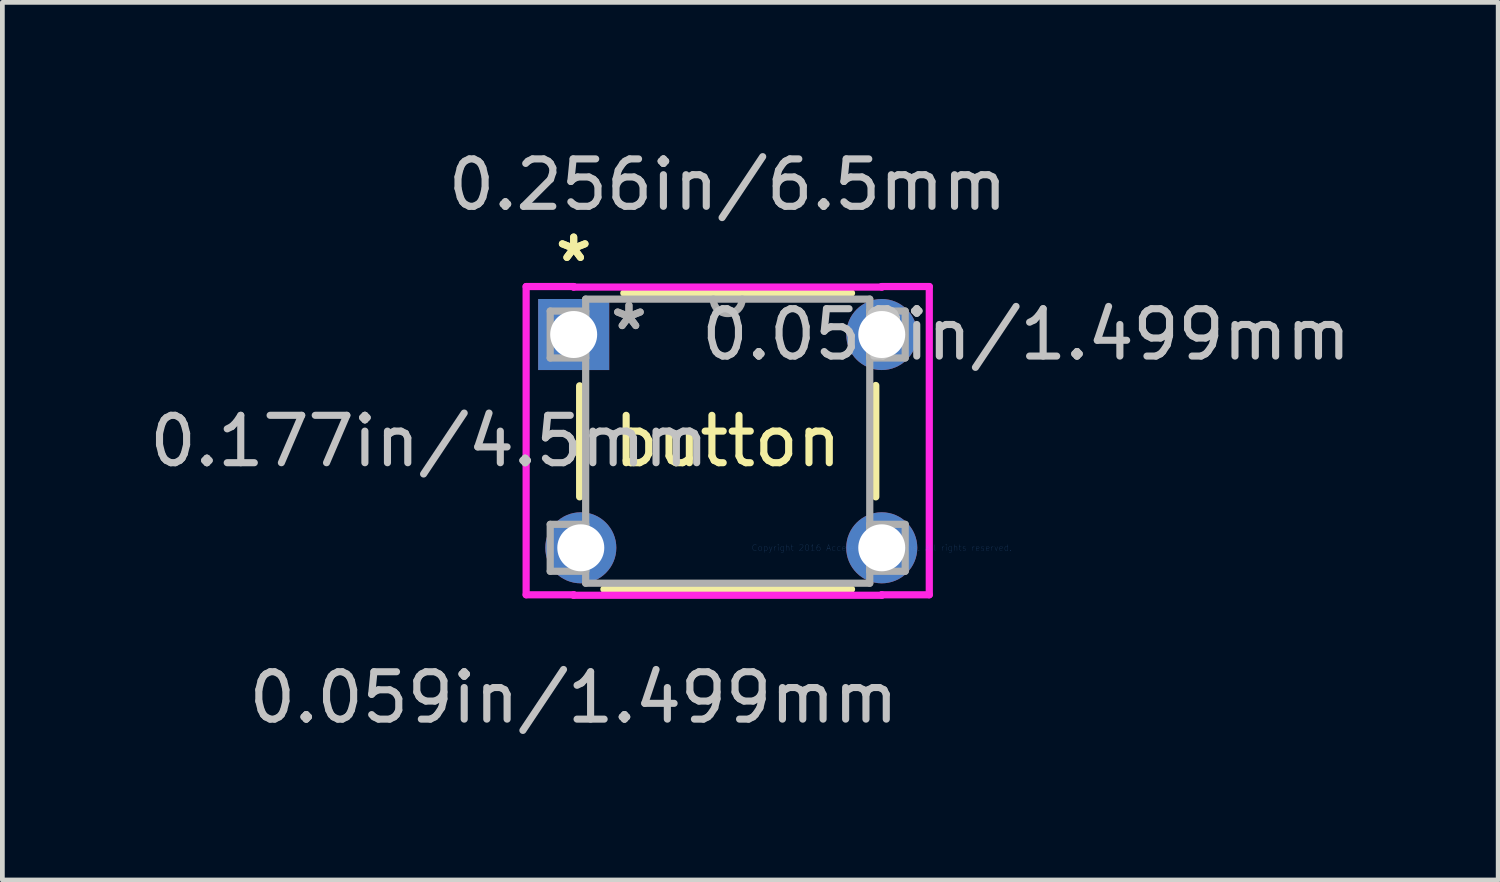
<source format=kicad_pcb>
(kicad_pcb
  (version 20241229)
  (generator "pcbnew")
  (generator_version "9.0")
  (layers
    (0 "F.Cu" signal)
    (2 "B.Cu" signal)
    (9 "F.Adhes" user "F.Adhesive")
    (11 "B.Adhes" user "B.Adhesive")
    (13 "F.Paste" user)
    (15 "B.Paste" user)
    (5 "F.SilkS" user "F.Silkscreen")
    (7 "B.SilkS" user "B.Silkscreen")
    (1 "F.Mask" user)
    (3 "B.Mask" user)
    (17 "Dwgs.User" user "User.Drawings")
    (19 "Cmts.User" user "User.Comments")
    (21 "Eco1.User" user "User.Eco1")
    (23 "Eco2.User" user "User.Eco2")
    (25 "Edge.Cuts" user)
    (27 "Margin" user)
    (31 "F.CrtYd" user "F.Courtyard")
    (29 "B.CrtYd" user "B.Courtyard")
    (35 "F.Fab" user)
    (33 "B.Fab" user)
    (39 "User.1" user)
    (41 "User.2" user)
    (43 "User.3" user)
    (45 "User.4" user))
  (footprint "button"
    (layer "F.Cu")
    (at 15.554 8.508)
    (property "Reference" "button" (at -3.25 -2.25 0) (layer "F.SilkS") (effects (font (size 1 1) (thickness 0.15))))
    (attr through_hole)
    (fp_line (start -6.374 -3.418) (end -6.374 -1.075) (stroke (width 0.152) (type solid)) (layer "F.SilkS"))
    (fp_line (start -5.862 0.874) (end -0.638 0.874) (stroke (width 0.152) (type solid)) (layer "F.SilkS"))
    (fp_line (start -0.638 -5.374) (end -5.442 -5.374) (stroke (width 0.152) (type solid)) (layer "F.SilkS"))
    (fp_line (start -0.126 -1.075) (end -0.126 -3.425) (stroke (width 0.152) (type solid)) (layer "F.SilkS"))
    (fp_line (start -7.503 -5.512) (end -7.503 0.991) (stroke (width 0.152) (type solid)) (layer "F.CrtYd"))
    (fp_line (start -7.503 0.991) (end -6.5 0.991) (stroke (width 0.152) (type solid)) (layer "F.CrtYd"))
    (fp_line (start -6.501 -5.501) (end -6.5 -5.512) (stroke (width 0.152) (type solid)) (layer "F.CrtYd"))
    (fp_line (start -6.501 1.001) (end 0.001 1.001) (stroke (width 0.152) (type solid)) (layer "F.CrtYd"))
    (fp_line (start -6.5 -5.512) (end -7.503 -5.512) (stroke (width 0.152) (type solid)) (layer "F.CrtYd"))
    (fp_line (start -6.5 0.991) (end -6.501 1.001) (stroke (width 0.152) (type solid)) (layer "F.CrtYd"))
    (fp_line (start 0 -5.512) (end 0.001 -5.501) (stroke (width 0.152) (type solid)) (layer "F.CrtYd"))
    (fp_line (start 0 0.991) (end 1.003 0.991) (stroke (width 0.152) (type solid)) (layer "F.CrtYd"))
    (fp_line (start 0.001 -5.501) (end -6.501 -5.501) (stroke (width 0.152) (type solid)) (layer "F.CrtYd"))
    (fp_line (start 0.001 1.001) (end 0 0.991) (stroke (width 0.152) (type solid)) (layer "F.CrtYd"))
    (fp_line (start 1.003 -5.512) (end 0 -5.512) (stroke (width 0.152) (type solid)) (layer "F.CrtYd"))
    (fp_line (start 1.003 0.991) (end 1.003 -5.512) (stroke (width 0.152) (type solid)) (layer "F.CrtYd"))
    (fp_line (start -6.995 -4.995) (end -6.995 -4.005) (stroke (width 0.152) (type solid)) (layer "F.Fab"))
    (fp_line (start -6.995 -4.005) (end -6.247 -4.005) (stroke (width 0.152) (type solid)) (layer "F.Fab"))
    (fp_line (start -6.995 -0.495) (end -6.995 0.495) (stroke (width 0.152) (type solid)) (layer "F.Fab"))
    (fp_line (start -6.995 0.495) (end -6.247 0.495) (stroke (width 0.152) (type solid)) (layer "F.Fab"))
    (fp_line (start -6.247 -5.247) (end -6.247 0.747) (stroke (width 0.152) (type solid)) (layer "F.Fab"))
    (fp_line (start -6.247 -4.995) (end -6.995 -4.995) (stroke (width 0.152) (type solid)) (layer "F.Fab"))
    (fp_line (start -6.247 -4.005) (end -6.247 -4.995) (stroke (width 0.152) (type solid)) (layer "F.Fab"))
    (fp_line (start -6.247 -0.495) (end -6.995 -0.495) (stroke (width 0.152) (type solid)) (layer "F.Fab"))
    (fp_line (start -6.247 0.495) (end -6.247 -0.495) (stroke (width 0.152) (type solid)) (layer "F.Fab"))
    (fp_line (start -6.247 0.747) (end -0.253 0.747) (stroke (width 0.152) (type solid)) (layer "F.Fab"))
    (fp_line (start -0.253 -5.247) (end -6.247 -5.247) (stroke (width 0.152) (type solid)) (layer "F.Fab"))
    (fp_line (start -0.253 -4.995) (end -0.253 -4.005) (stroke (width 0.152) (type solid)) (layer "F.Fab"))
    (fp_line (start -0.253 -4.005) (end 0.495 -4.005) (stroke (width 0.152) (type solid)) (layer "F.Fab"))
    (fp_line (start -0.253 -0.495) (end -0.253 0.495) (stroke (width 0.152) (type solid)) (layer "F.Fab"))
    (fp_line (start -0.253 0.495) (end 0.495 0.495) (stroke (width 0.152) (type solid)) (layer "F.Fab"))
    (fp_line (start -0.253 0.747) (end -0.253 -5.247) (stroke (width 0.152) (type solid)) (layer "F.Fab"))
    (fp_line (start 0.495 -4.995) (end -0.253 -4.995) (stroke (width 0.152) (type solid)) (layer "F.Fab"))
    (fp_line (start 0.495 -4.005) (end 0.495 -4.995) (stroke (width 0.152) (type solid)) (layer "F.Fab"))
    (fp_line (start 0.495 -0.495) (end -0.253 -0.495) (stroke (width 0.152) (type solid)) (layer "F.Fab"))
    (fp_line (start 0.495 0.495) (end 0.495 -0.495) (stroke (width 0.152) (type solid)) (layer "F.Fab"))
    (fp_arc (start -2.9452 -5.247201) (mid -3.25 -4.942401) (end -3.5548 -5.247201) (stroke (width 0.1524) (type solid)) (layer "F.Fab"))
    (fp_text user "*" (at -6.5 -6.011 0) (layer "F.SilkS") (effects (font (size 1 1) (thickness 0.15))))
    (fp_text user "*" (at -6.5 -6.011 0) (layer "F.SilkS") (effects (font (size 1 1) (thickness 0.15))))
    (fp_text user "0.059in/1.499mm" (at 3.048 -4.5 0) (layer "Dwgs.User") (effects (font (size 1 1) (thickness 0.15))))
    (fp_text user "0.256in/6.5mm" (at -3.25 -7.66 0) (layer "Dwgs.User") (effects (font (size 1 1) (thickness 0.15))))
    (fp_text user "0.059in/1.499mm" (at -6.5 3.16 0) (layer "Dwgs.User") (effects (font (size 1 1) (thickness 0.15))))
    (fp_text user "0.177in/4.5mm" (at -9.548 -2.25 0) (layer "Dwgs.User") (effects (font (size 1 1) (thickness 0.15))))
    (fp_text user "Copyright 2016 Accelerated Designs. All rights reserved." (at 0 0 0) (layer "Cmts.User") (effects (font (size 0.127 0.127) (thickness 0.002))))
    (fp_text user "*" (at -5.334 -4.572 0) (layer "F.Fab") (effects (font (size 1 1) (thickness 0.15))))
    (fp_text user "*" (at -5.334 -4.572 0) (layer "F.Fab") (effects (font (size 1 1) (thickness 0.15))))
    (pad "1" thru_hole rect (at -6.5 -4.5) (size 1.499 1.499) (drill 0.991) (layers "*.Cu" "*.Mask"))
    (pad "2" thru_hole circle (at -6.35 0) (size 1.499 1.499) (drill 0.991) (layers "*.Cu" "*.Mask"))
    (pad "3" thru_hole circle (at 0.000001 -4.5) (size 1.499 1.499) (drill 0.991) (layers "*.Cu" "*.Mask"))
    (pad "4" thru_hole circle (at 0.000001 0) (size 1.499 1.499) (drill 0.991) (layers "*.Cu" "*.Mask")))
  (gr_rect
    (start -3 -3)
    (end 28.56 15.517)
    (stroke (width 0.1) (type default))
    (fill no)
    (layer "Edge.Cuts")))
</source>
